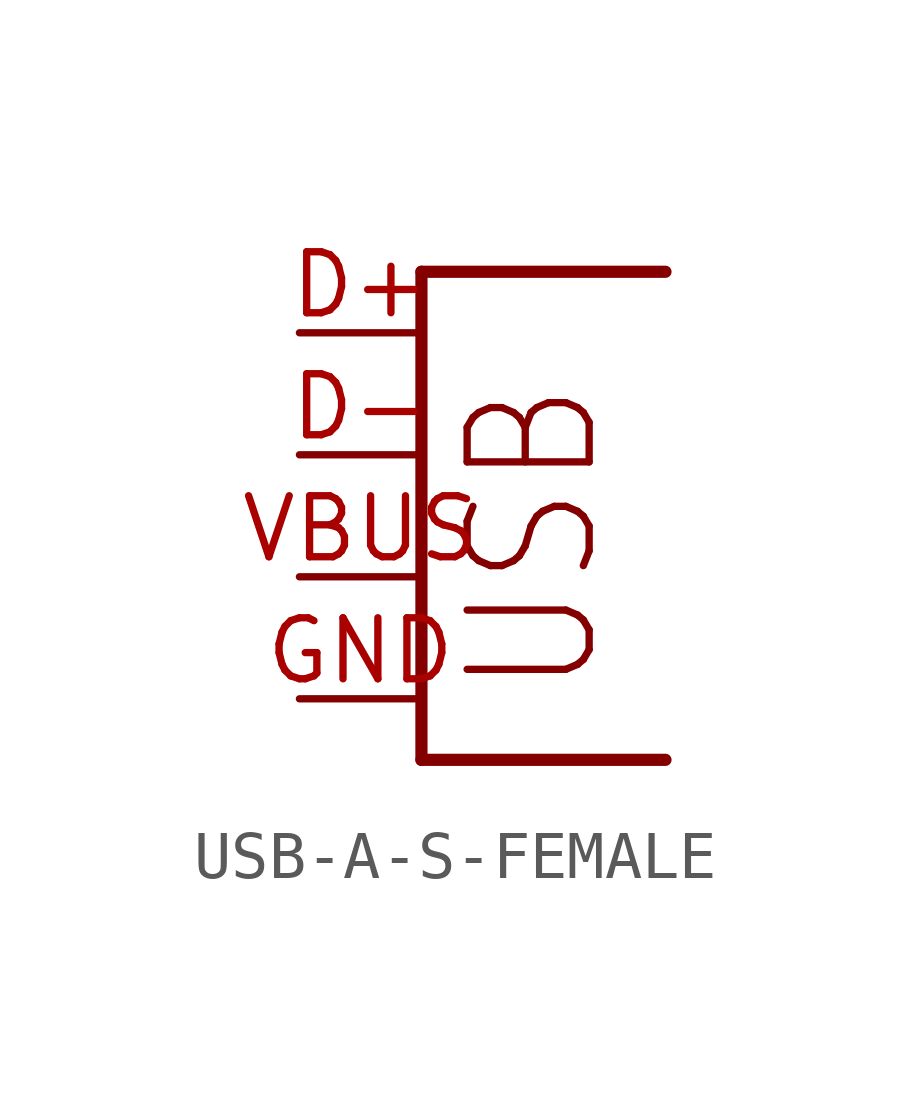
<source format=kicad_sym>
(kicad_symbol_lib
  (version 20211014)
  (generator kicad_symbol_editor)
  (symbol "USB-A-S-FEMALE"
    (property "Reference" "X"
      (at 0 0 0)
      (effects (font (size 1.27 1.27)) hide))
    (property "ki_locked" ""
      (at 0 0 0)
      (effects (font (size 1.27 1.27))))
    (symbol "USB-A-S-FEMALE_1_0"
      (polyline (pts (xy 0 -1.27) (xy 5.08 -1.27)) (stroke (width 0.254) (type default) (color 0 0 0 0)) (fill (type none)))
      (polyline (pts (xy 0 8.89) (xy 0 -1.27)) (stroke (width 0.254) (type default) (color 0 0 0 0)) (fill (type none)))
      (polyline (pts (xy 5.08 8.89) (xy 0 8.89)) (stroke (width 0.254) (type default) (color 0 0 0 0)) (fill (type none)))
      (text "USB" (at 3.81 0 900) (effects (font (size 2.54 2.159)) (justify left bottom)))
      (pin bidirectional line (at -2.54 7.62 0) (length 2.54) (name "D+" (effects (font (size 0 0)))) (number "D+" (effects (font (size 1.27 1.27)))))
      (pin bidirectional line (at -2.54 5.08 0) (length 2.54) (name "D-" (effects (font (size 0 0)))) (number "D-" (effects (font (size 1.27 1.27)))))
      (pin bidirectional line (at -2.54 0 0) (length 2.54) (name "GND" (effects (font (size 0 0)))) (number "GND" (effects (font (size 1.27 1.27)))))
      (pin bidirectional line (at -2.54 2.54 0) (length 2.54) (name "VBUS" (effects (font (size 0 0)))) (number "VBUS" (effects (font (size 1.27 1.27))))))))
</source>
